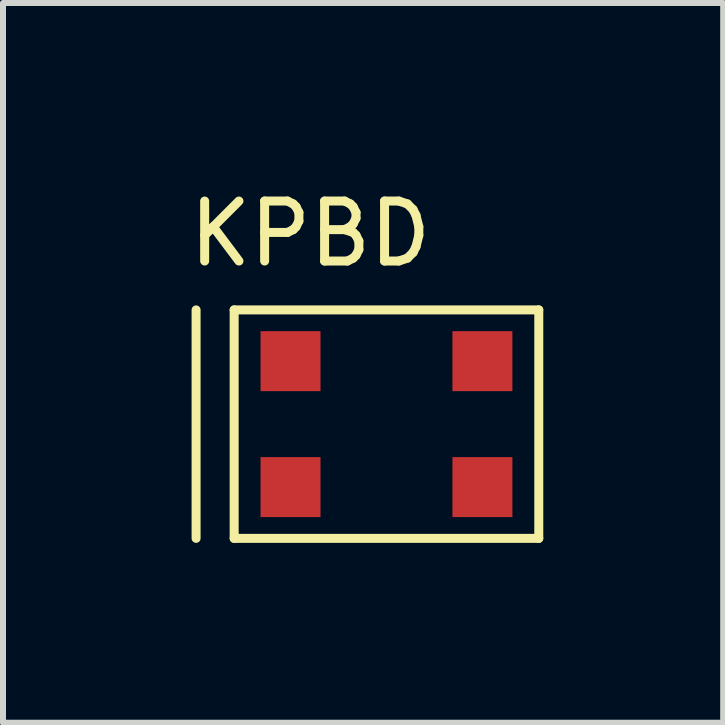
<source format=kicad_pcb>
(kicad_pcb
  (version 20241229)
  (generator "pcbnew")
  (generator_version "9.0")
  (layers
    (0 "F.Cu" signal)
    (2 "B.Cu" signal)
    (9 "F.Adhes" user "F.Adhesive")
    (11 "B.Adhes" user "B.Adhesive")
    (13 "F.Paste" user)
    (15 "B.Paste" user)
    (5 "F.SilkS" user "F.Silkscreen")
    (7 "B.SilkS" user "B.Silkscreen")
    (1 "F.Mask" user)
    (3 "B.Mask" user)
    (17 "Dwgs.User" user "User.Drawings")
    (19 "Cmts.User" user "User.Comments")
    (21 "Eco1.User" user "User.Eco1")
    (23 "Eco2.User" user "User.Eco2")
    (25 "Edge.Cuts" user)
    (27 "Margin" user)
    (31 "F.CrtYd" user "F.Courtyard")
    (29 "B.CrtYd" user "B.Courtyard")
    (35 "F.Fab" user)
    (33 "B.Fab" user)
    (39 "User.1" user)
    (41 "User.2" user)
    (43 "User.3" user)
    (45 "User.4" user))
  (footprint "KPBD"
    (layer "F.Cu")
    (at 3.395 4.023)
    (property "Reference" "KPBD" (at -1.27 -3.175 0) (layer "F.SilkS") (effects (font (size 1 1) (thickness 0.15))))
    (attr through_hole)
    (fp_line (start -3.175 1.905) (end -3.175 -1.905) (stroke (width 0.15) (type solid)) (layer "F.SilkS"))
    (fp_line (start -2.54 -1.905) (end -2.54 1.905) (stroke (width 0.15) (type solid)) (layer "F.SilkS"))
    (fp_line (start -2.54 1.905) (end 2.54 1.905) (stroke (width 0.15) (type solid)) (layer "F.SilkS"))
    (fp_line (start 2.54 -1.905) (end -2.54 -1.905) (stroke (width 0.15) (type solid)) (layer "F.SilkS"))
    (fp_line (start 2.54 1.905) (end 2.54 -1.905) (stroke (width 0.15) (type solid)) (layer "F.SilkS"))
    (pad "1" smd rect (at 1.6 -1.05) (size 1 1) (layers "F.Cu" "F.Mask" "F.Paste"))
    (pad "2" smd rect (at -1.6 -1.05) (size 1 1) (layers "F.Cu" "F.Mask" "F.Paste"))
    (pad "3" smd rect (at 1.6 1.05) (size 1 1) (layers "F.Cu" "F.Mask" "F.Paste"))
    (pad "4" smd rect (at -1.6 1.05) (size 1 1) (layers "F.Cu" "F.Mask" "F.Paste")))
  (gr_rect
    (start -3 -3)
    (end 9.01 9.003)
    (stroke (width 0.1) (type default))
    (fill no)
    (layer "Edge.Cuts")))
</source>
